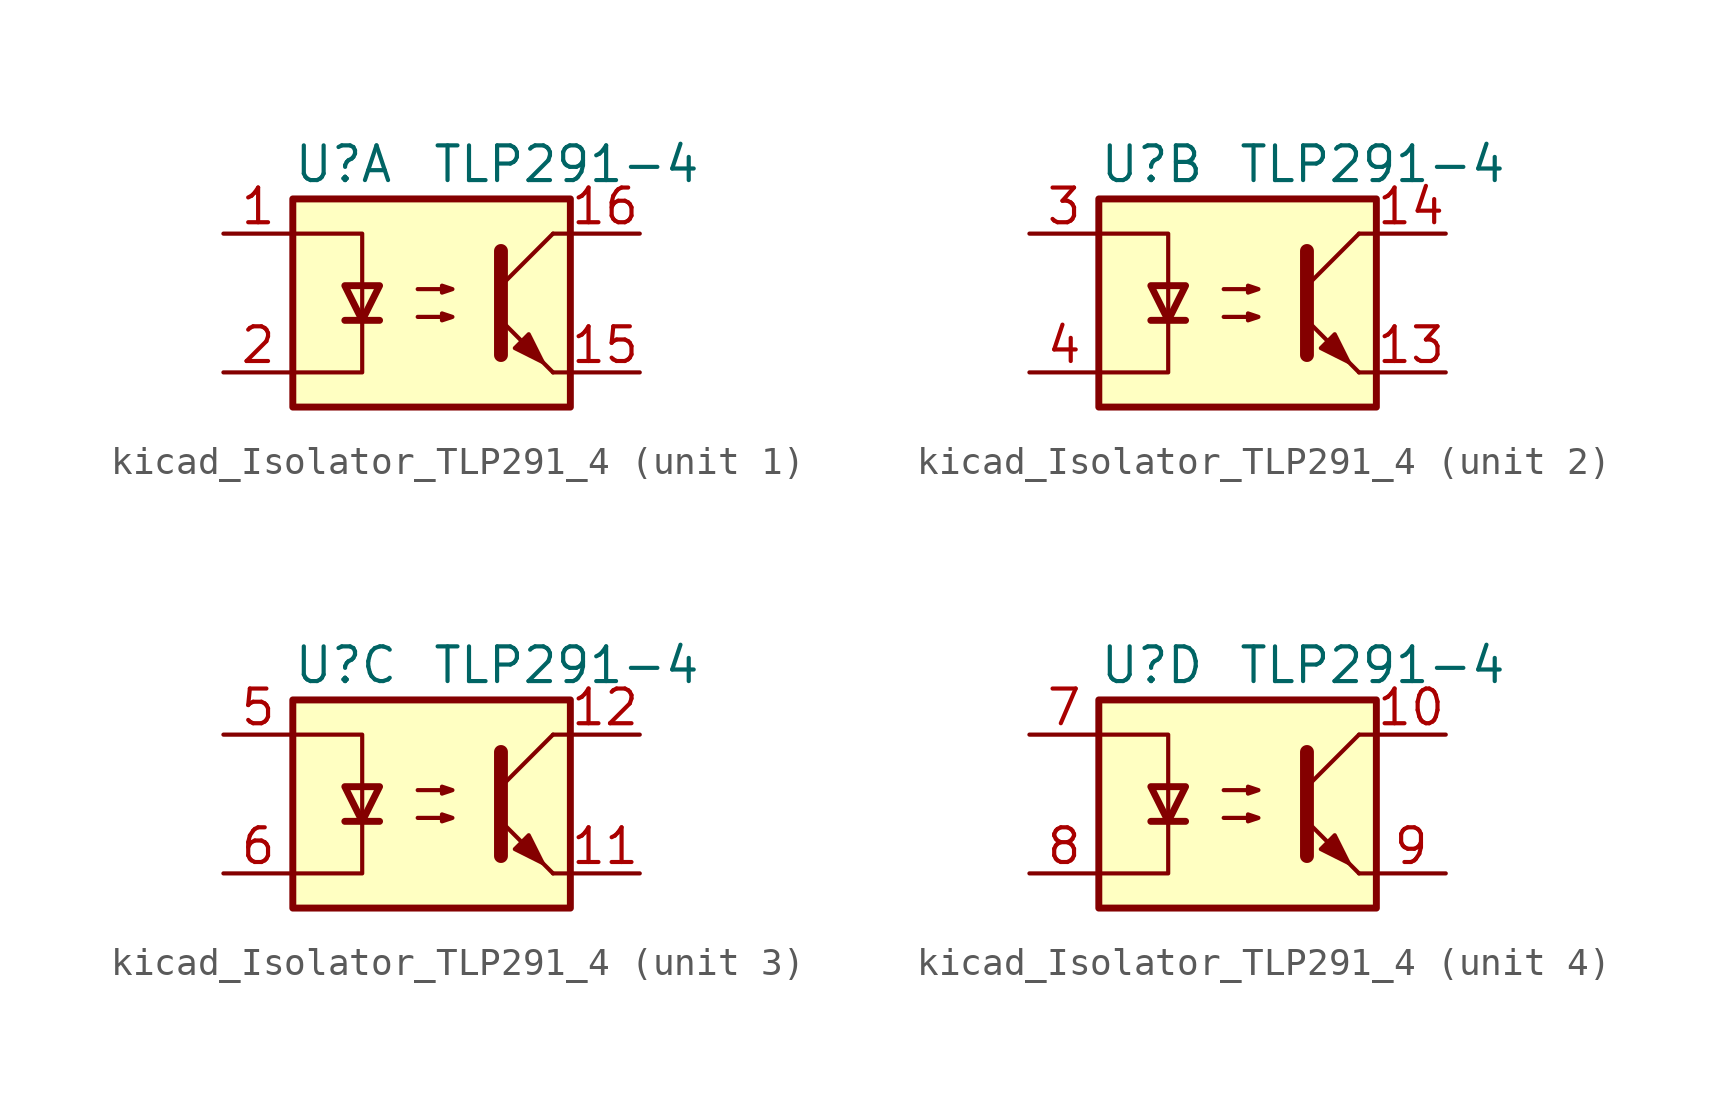
<source format=kicad_sym>
(kicad_symbol_lib
  (version 20220914)
  (generator kicad_symbol_editor)
  (symbol "kicad_Isolator_TLP291_4"
    (property "Reference" "U"
      (at -5.08 5.08 0)
      (effects (font (size 1.27 1.27)) (justify left)))
    (property "Value" "TLP291-4"
      (at 0 5.08 0)
      (effects (font (size 1.27 1.27)) (justify left)))
    (symbol "kicad_Isolator_TLP291_4_0_1"
      (rectangle (start -5.08 3.81) (end 5.08 -3.81) (stroke (width 0.254) (type default)) (fill (type background)))
      (polyline (pts (xy -3.175 -0.635) (xy -1.905 -0.635)) (stroke (width 0.254) (type default)) (fill (type none)))
      (polyline (pts (xy 2.54 0.635) (xy 4.445 2.54)) (stroke (width 0) (type default)) (fill (type none)))
      (polyline (pts (xy 4.445 -2.54) (xy 2.54 -0.635)) (stroke (width 0) (type default)) (fill (type outline)))
      (polyline (pts (xy 4.445 -2.54) (xy 5.08 -2.54)) (stroke (width 0) (type default)) (fill (type none)))
      (polyline (pts (xy 4.445 2.54) (xy 5.08 2.54)) (stroke (width 0) (type default)) (fill (type none)))
      (polyline (pts (xy -5.08 2.54) (xy -2.54 2.54) (xy -2.54 0.635)) (stroke (width 0) (type default)) (fill (type none)))
      (polyline (pts (xy -2.54 0.635) (xy -2.54 -2.54) (xy -5.08 -2.54)) (stroke (width 0) (type default)) (fill (type none)))
      (polyline (pts (xy 2.54 1.905) (xy 2.54 -1.905) (xy 2.54 -1.905)) (stroke (width 0.508) (type default)) (fill (type none)))
      (polyline (pts (xy -2.54 -0.635) (xy -3.175 0.635) (xy -1.905 0.635) (xy -2.54 -0.635)) (stroke (width 0.254) (type default)) (fill (type none)))
      (polyline (pts (xy -0.508 -0.508) (xy 0.762 -0.508) (xy 0.381 -0.635) (xy 0.381 -0.381) (xy 0.762 -0.508)) (stroke (width 0) (type default)) (fill (type none)))
      (polyline (pts (xy -0.508 0.508) (xy 0.762 0.508) (xy 0.381 0.381) (xy 0.381 0.635) (xy 0.762 0.508)) (stroke (width 0) (type default)) (fill (type none)))
      (polyline (pts (xy 3.048 -1.651) (xy 3.556 -1.143) (xy 4.064 -2.159) (xy 3.048 -1.651) (xy 3.048 -1.651)) (stroke (width 0) (type default)) (fill (type outline))))
    (symbol "kicad_Isolator_TLP291_4_1_1"
      (pin passive line (at -7.62 2.54 0) (length 2.54) (name "~" (effects (font (size 1.27 1.27)))) (number "1" (effects (font (size 1.27 1.27)))))
      (pin passive line (at 7.62 -2.54 180) (length 2.54) (name "~" (effects (font (size 1.27 1.27)))) (number "15" (effects (font (size 1.27 1.27)))))
      (pin passive line (at 7.62 2.54 180) (length 2.54) (name "~" (effects (font (size 1.27 1.27)))) (number "16" (effects (font (size 1.27 1.27)))))
      (pin passive line (at -7.62 -2.54 0) (length 2.54) (name "~" (effects (font (size 1.27 1.27)))) (number "2" (effects (font (size 1.27 1.27))))))
    (symbol "kicad_Isolator_TLP291_4_2_1"
      (pin passive line (at 7.62 -2.54 180) (length 2.54) (name "~" (effects (font (size 1.27 1.27)))) (number "13" (effects (font (size 1.27 1.27)))))
      (pin passive line (at 7.62 2.54 180) (length 2.54) (name "~" (effects (font (size 1.27 1.27)))) (number "14" (effects (font (size 1.27 1.27)))))
      (pin passive line (at -7.62 2.54 0) (length 2.54) (name "~" (effects (font (size 1.27 1.27)))) (number "3" (effects (font (size 1.27 1.27)))))
      (pin passive line (at -7.62 -2.54 0) (length 2.54) (name "~" (effects (font (size 1.27 1.27)))) (number "4" (effects (font (size 1.27 1.27))))))
    (symbol "kicad_Isolator_TLP291_4_3_1"
      (pin passive line (at 7.62 -2.54 180) (length 2.54) (name "~" (effects (font (size 1.27 1.27)))) (number "11" (effects (font (size 1.27 1.27)))))
      (pin passive line (at 7.62 2.54 180) (length 2.54) (name "~" (effects (font (size 1.27 1.27)))) (number "12" (effects (font (size 1.27 1.27)))))
      (pin passive line (at -7.62 2.54 0) (length 2.54) (name "~" (effects (font (size 1.27 1.27)))) (number "5" (effects (font (size 1.27 1.27)))))
      (pin passive line (at -7.62 -2.54 0) (length 2.54) (name "~" (effects (font (size 1.27 1.27)))) (number "6" (effects (font (size 1.27 1.27))))))
    (symbol "kicad_Isolator_TLP291_4_4_1"
      (pin passive line (at 7.62 2.54 180) (length 2.54) (name "~" (effects (font (size 1.27 1.27)))) (number "10" (effects (font (size 1.27 1.27)))))
      (pin passive line (at -7.62 2.54 0) (length 2.54) (name "~" (effects (font (size 1.27 1.27)))) (number "7" (effects (font (size 1.27 1.27)))))
      (pin passive line (at -7.62 -2.54 0) (length 2.54) (name "~" (effects (font (size 1.27 1.27)))) (number "8" (effects (font (size 1.27 1.27)))))
      (pin passive line (at 7.62 -2.54 180) (length 2.54) (name "~" (effects (font (size 1.27 1.27)))) (number "9" (effects (font (size 1.27 1.27))))))))
</source>
